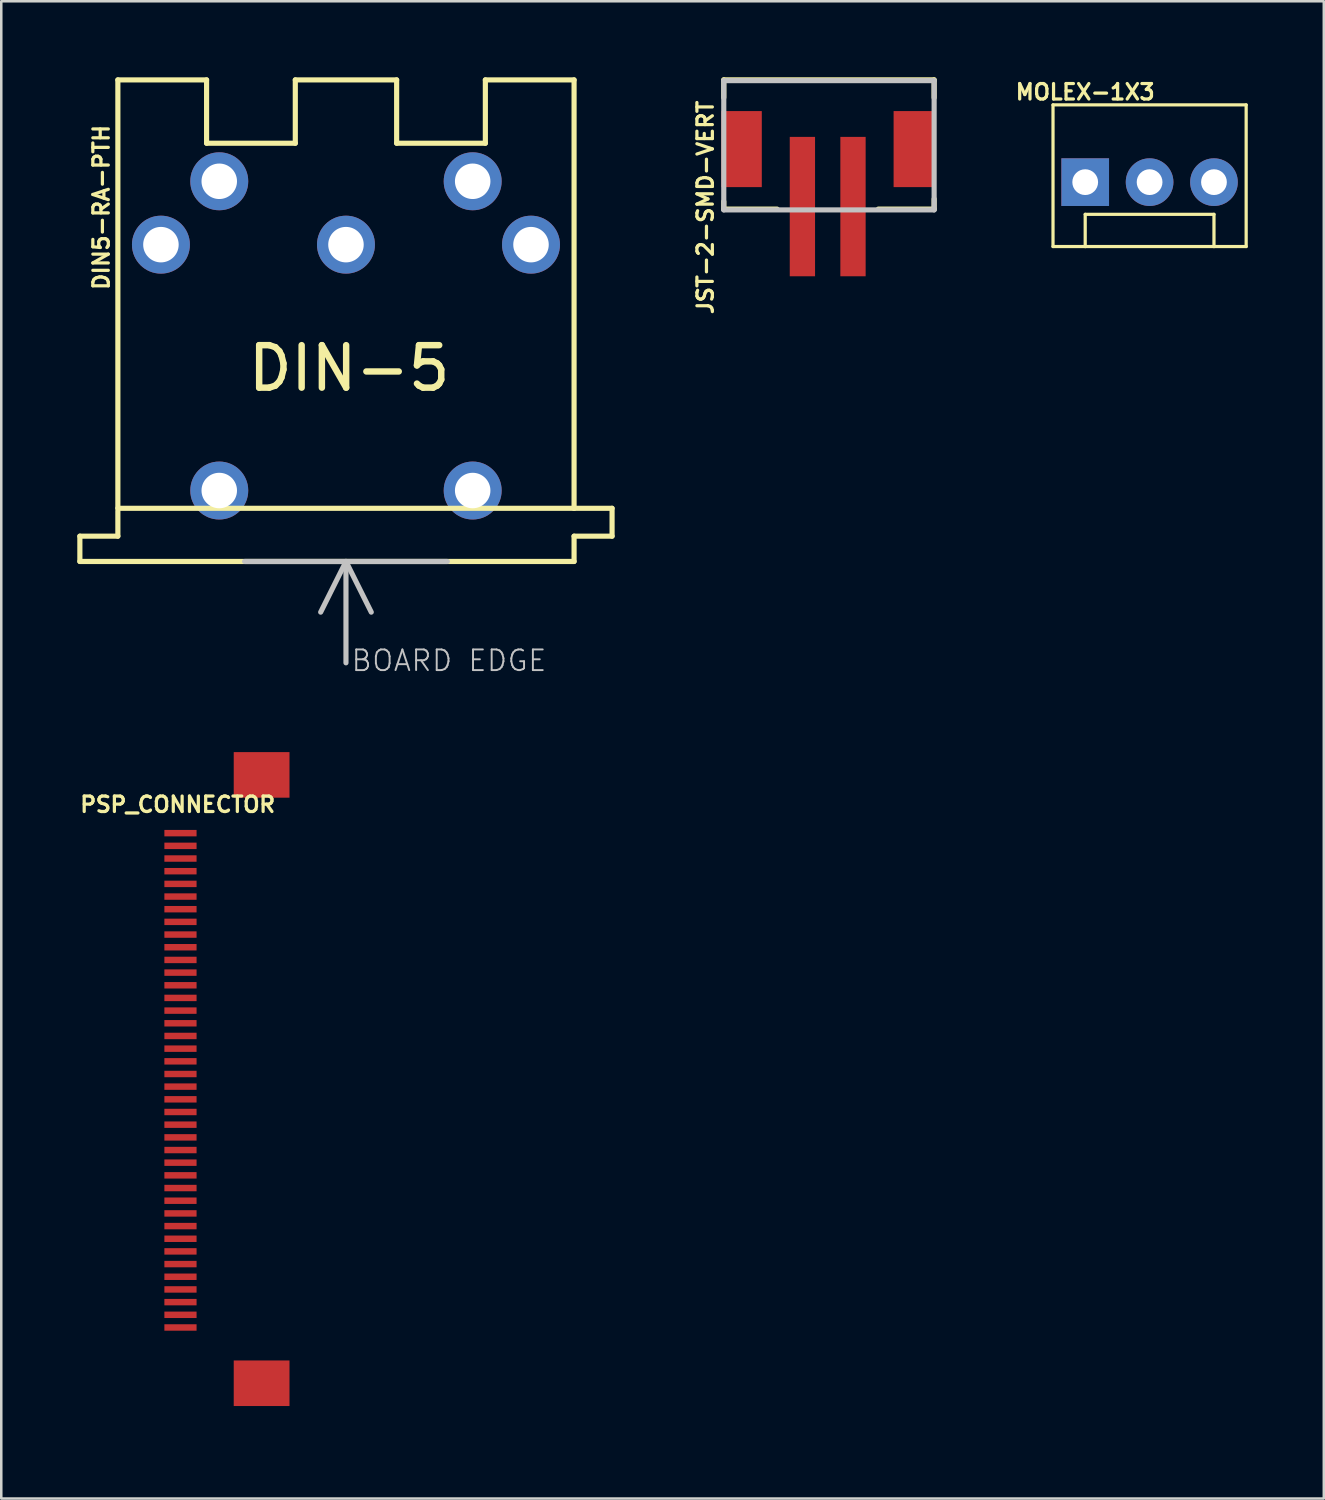
<source format=kicad_pcb>
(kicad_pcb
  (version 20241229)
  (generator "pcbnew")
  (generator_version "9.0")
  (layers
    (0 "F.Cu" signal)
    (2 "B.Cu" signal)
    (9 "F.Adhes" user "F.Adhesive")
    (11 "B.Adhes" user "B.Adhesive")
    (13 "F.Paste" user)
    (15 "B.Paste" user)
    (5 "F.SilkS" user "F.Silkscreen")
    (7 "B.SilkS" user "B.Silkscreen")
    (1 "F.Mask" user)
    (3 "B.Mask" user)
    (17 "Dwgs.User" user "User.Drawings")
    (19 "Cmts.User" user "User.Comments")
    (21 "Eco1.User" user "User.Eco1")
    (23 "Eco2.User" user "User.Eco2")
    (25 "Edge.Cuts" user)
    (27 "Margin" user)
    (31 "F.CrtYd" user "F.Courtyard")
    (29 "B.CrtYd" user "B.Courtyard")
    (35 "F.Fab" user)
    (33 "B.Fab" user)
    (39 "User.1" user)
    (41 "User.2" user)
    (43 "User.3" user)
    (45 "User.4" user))
  (footprint "PSP_CONNECTOR"
    (layer "F.Cu")
    (at 3.072 52.819)
    (property "Reference" "PSP_CONNECTOR" (at 0.889 -24.13 0) (layer "F.SilkS") (effects (font (size 0.61 0.61) (thickness 0.127))))
    (attr smd)
    (pad "." smd rect (at 4.399 -25.298 180) (size 0.001 0.001) (layers "F.Cu" "B.Mask"))
    (pad "AVDD" smd rect (at 0.998 -5.999 90) (size 0.254 1.27) (layers "F.Cu" "F.Mask" "F.Paste"))
    (pad "AVDD" smd rect (at 0.998 -5.499 270) (size 0.254 1.27) (layers "F.Cu" "F.Mask" "F.Paste"))
    (pad "B0" smd rect (at 0.998 -13 270) (size 0.254 1.27) (layers "F.Cu" "F.Mask" "F.Paste"))
    (pad "B1" smd rect (at 0.998 -12.499 270) (size 0.254 1.27) (layers "F.Cu" "F.Mask" "F.Paste"))
    (pad "B2" smd rect (at 0.998 -11.999 90) (size 0.254 1.27) (layers "F.Cu" "F.Mask" "F.Paste"))
    (pad "B3" smd rect (at 0.998 -11.499 270) (size 0.254 1.27) (layers "F.Cu" "F.Mask" "F.Paste"))
    (pad "B4" smd rect (at 0.998 -10.998 270) (size 0.254 1.27) (layers "F.Cu" "F.Mask" "F.Paste"))
    (pad "B5" smd rect (at 0.998 -10.498 270) (size 0.254 1.27) (layers "F.Cu" "F.Mask" "F.Paste"))
    (pad "B6" smd rect (at 0.998 -10 90) (size 0.254 1.27) (layers "F.Cu" "F.Mask" "F.Paste"))
    (pad "B7" smd rect (at 0.998 -9.5 270) (size 0.254 1.27) (layers "F.Cu" "F.Mask" "F.Paste"))
    (pad "CK" smd rect (at 0.998 -8.499 270) (size 0.254 1.27) (layers "F.Cu" "F.Mask" "F.Paste"))
    (pad "DISP" smd rect (at 0.998 -7.998 90) (size 0.254 1.27) (layers "F.Cu" "F.Mask" "F.Paste"))
    (pad "G0" smd rect (at 0.998 -16.998 270) (size 0.254 1.27) (layers "F.Cu" "F.Mask" "F.Paste"))
    (pad "G1" smd rect (at 0.998 -16.5 270) (size 0.254 1.27) (layers "F.Cu" "F.Mask" "F.Paste"))
    (pad "G2" smd rect (at 0.998 -15.999 90) (size 0.254 1.27) (layers "F.Cu" "F.Mask" "F.Paste"))
    (pad "G3" smd rect (at 0.998 -15.499 270) (size 0.254 1.27) (layers "F.Cu" "F.Mask" "F.Paste"))
    (pad "G4" smd rect (at 0.998 -14.999 270) (size 0.254 1.27) (layers "F.Cu" "F.Mask" "F.Paste"))
    (pad "G5" smd rect (at 0.998 -14.498 270) (size 0.254 1.27) (layers "F.Cu" "F.Mask" "F.Paste"))
    (pad "G6" smd rect (at 0.998 -13.998 90) (size 0.254 1.27) (layers "F.Cu" "F.Mask" "F.Paste"))
    (pad "G7" smd rect (at 0.998 -13.498 270) (size 0.254 1.27) (layers "F.Cu" "F.Mask" "F.Paste"))
    (pad "GND" smd rect (at 0.998 -23 270) (size 0.254 1.27) (layers "F.Cu" "F.Mask" "F.Paste"))
    (pad "GND2" smd rect (at 0.998 -22.499 270) (size 0.254 1.27) (layers "F.Cu" "F.Mask" "F.Paste"))
    (pad "GND3" smd rect (at 0.998 -8.999 270) (size 0.254 1.27) (layers "F.Cu" "F.Mask" "F.Paste"))
    (pad "GND4" smd rect (at 4.199 -25.298) (size 2.2 1.798) (layers "F.Cu" "F.Mask" "F.Paste"))
    (pad "GND5" smd rect (at 4.199 -1.298) (size 2.2 1.798) (layers "F.Cu" "F.Mask" "F.Paste"))
    (pad "HSYN" smd rect (at 0.998 -7.498 270) (size 0.254 1.27) (layers "F.Cu" "F.Mask" "F.Paste"))
    (pad "NC" smd rect (at 0.998 -6.5 270) (size 0.254 1.27) (layers "F.Cu" "F.Mask" "F.Paste"))
    (pad "NC2" smd rect (at 0.998 -4.999 270) (size 0.254 1.27) (layers "F.Cu" "F.Mask" "F.Paste"))
    (pad "R0" smd rect (at 0.998 -20.998 270) (size 0.254 1.27) (layers "F.Cu" "F.Mask" "F.Paste"))
    (pad "R1" smd rect (at 0.998 -20.498 270) (size 0.254 1.27) (layers "F.Cu" "F.Mask" "F.Paste"))
    (pad "R2" smd rect (at 0.998 -20 90) (size 0.254 1.27) (layers "F.Cu" "F.Mask" "F.Paste"))
    (pad "R3" smd rect (at 0.998 -19.5 270) (size 0.254 1.27) (layers "F.Cu" "F.Mask" "F.Paste"))
    (pad "R4" smd rect (at 0.998 -18.999 270) (size 0.254 1.27) (layers "F.Cu" "F.Mask" "F.Paste"))
    (pad "R5" smd rect (at 0.998 -18.499 270) (size 0.254 1.27) (layers "F.Cu" "F.Mask" "F.Paste"))
    (pad "R6" smd rect (at 0.998 -17.998 90) (size 0.254 1.27) (layers "F.Cu" "F.Mask" "F.Paste"))
    (pad "R7" smd rect (at 0.998 -17.498 270) (size 0.254 1.27) (layers "F.Cu" "F.Mask" "F.Paste"))
    (pad "TEST" smd rect (at 0.998 -4.498 270) (size 0.254 1.27) (layers "F.Cu" "F.Mask" "F.Paste"))
    (pad "TEST" smd rect (at 0.998 -3.998 90) (size 0.254 1.27) (layers "F.Cu" "F.Mask" "F.Paste"))
    (pad "TEST" smd rect (at 0.998 -3.498 270) (size 0.254 1.27) (layers "F.Cu" "F.Mask" "F.Paste"))
    (pad "VCC" smd rect (at 0.998 -21.999 90) (size 0.254 1.27) (layers "F.Cu" "F.Mask" "F.Paste"))
    (pad "VCC2" smd rect (at 0.998 -21.499 270) (size 0.254 1.27) (layers "F.Cu" "F.Mask" "F.Paste"))
    (pad "VSYN" smd rect (at 0.998 -6.998 270) (size 0.254 1.27) (layers "F.Cu" "F.Mask" "F.Paste")))
  (footprint "DIN5-RA-PTH"
    (layer "F.Cu")
    (at 10.599 19.101)
    (property "Reference" "DIN5-RA-PTH" (at -9.652 -13.97 90) (layer "F.SilkS") (effects (font (size 0.61 0.61) (thickness 0.127))))
    (attr exclude_from_pos_files exclude_from_bom)
    (fp_line (start -10.498 -0.998) (end -10.498 0) (stroke (width 0.203) (type solid)) (layer "F.SilkS"))
    (fp_line (start -10.498 0) (end 8.999 0) (stroke (width 0.203) (type solid)) (layer "F.SilkS"))
    (fp_line (start -8.999 -18.999) (end -8.999 -2.098) (stroke (width 0.203) (type solid)) (layer "F.SilkS"))
    (fp_line (start -8.999 -2.098) (end 8.999 -2.098) (stroke (width 0.203) (type solid)) (layer "F.SilkS"))
    (fp_line (start -8.999 -1.999) (end -8.999 -0.998) (stroke (width 0.203) (type solid)) (layer "F.SilkS"))
    (fp_line (start -8.999 -0.998) (end -10.498 -0.998) (stroke (width 0.203) (type solid)) (layer "F.SilkS"))
    (fp_line (start -5.499 -18.999) (end -8.999 -18.999) (stroke (width 0.203) (type solid)) (layer "F.SilkS"))
    (fp_line (start -5.499 -18.999) (end -5.499 -16.5) (stroke (width 0.203) (type solid)) (layer "F.SilkS"))
    (fp_line (start -1.999 -18.999) (end -1.999 -16.5) (stroke (width 0.203) (type solid)) (layer "F.SilkS"))
    (fp_line (start -1.999 -16.5) (end -5.499 -16.5) (stroke (width 0.203) (type solid)) (layer "F.SilkS"))
    (fp_line (start 1.999 -18.999) (end -1.999 -18.999) (stroke (width 0.203) (type solid)) (layer "F.SilkS"))
    (fp_line (start 1.999 -18.999) (end 1.999 -16.5) (stroke (width 0.203) (type solid)) (layer "F.SilkS"))
    (fp_line (start 5.499 -18.999) (end 5.499 -16.5) (stroke (width 0.203) (type solid)) (layer "F.SilkS"))
    (fp_line (start 5.499 -16.5) (end 1.999 -16.5) (stroke (width 0.203) (type solid)) (layer "F.SilkS"))
    (fp_line (start 8.999 -18.999) (end 5.499 -18.999) (stroke (width 0.203) (type solid)) (layer "F.SilkS"))
    (fp_line (start 8.999 -2.098) (end 8.999 -18.999) (stroke (width 0.203) (type solid)) (layer "F.SilkS"))
    (fp_line (start 8.999 -0.998) (end 10.498 -0.998) (stroke (width 0.203) (type solid)) (layer "F.SilkS"))
    (fp_line (start 8.999 0) (end 8.999 -0.998) (stroke (width 0.203) (type solid)) (layer "F.SilkS"))
    (fp_line (start 10.498 -2.098) (end 8.999 -2.098) (stroke (width 0.203) (type solid)) (layer "F.SilkS"))
    (fp_line (start 10.498 -0.998) (end 10.498 -2.098) (stroke (width 0.203) (type solid)) (layer "F.SilkS"))
    (fp_line (start -3.998 0) (end 0 0) (stroke (width 0.203) (type solid)) (layer "Dwgs.User"))
    (fp_line (start -0.998 1.999) (end 0 0) (stroke (width 0.203) (type solid)) (layer "Dwgs.User"))
    (fp_line (start 0 0) (end 3.998 0) (stroke (width 0.203) (type solid)) (layer "Dwgs.User"))
    (fp_line (start 0 3.998) (end 0 0) (stroke (width 0.203) (type solid)) (layer "Dwgs.User"))
    (fp_line (start 0.998 1.999) (end 0 0) (stroke (width 0.203) (type solid)) (layer "Dwgs.User"))
    (fp_text user "DIN-5" (at 0.127 -7.62 0) (layer "F.SilkS") (effects (font (size 1.676 1.676) (thickness 0.254))))
    (fp_text user "BOARD EDGE" (at 4.064 3.912 0) (layer "Dwgs.User") (effects (font (size 0.813 0.813) (thickness 0.076))))
    (pad "1" thru_hole circle (at 7.3 -12.499) (size 2.286 2.286) (drill 1.4) (layers "*.Cu" "*.Mask"))
    (pad "2" thru_hole circle (at 0 -12.499) (size 2.286 2.286) (drill 1.4) (layers "*.Cu" "*.Mask"))
    (pad "3" thru_hole circle (at -7.3 -12.499) (size 2.286 2.286) (drill 1.4) (layers "*.Cu" "*.Mask"))
    (pad "4" thru_hole circle (at 4.999 -14.999) (size 2.286 2.286) (drill 1.4) (layers "*.Cu" "*.Mask"))
    (pad "5" thru_hole circle (at -4.999 -14.999) (size 2.286 2.286) (drill 1.4) (layers "*.Cu" "*.Mask"))
    (pad "6" thru_hole circle (at -4.999 -2.799) (size 2.286 2.286) (drill 1.4) (layers "*.Cu" "*.Mask"))
    (pad "7" thru_hole circle (at 4.999 -2.799) (size 2.286 2.286) (drill 1.4) (layers "*.Cu" "*.Mask")))
  (footprint "MOLEX-1X3"
    (layer "F.Cu")
    (at 39.763 4.136)
    (property "Reference" "MOLEX-1X3" (at 0 -3.556 0) (layer "F.SilkS") (effects (font (size 0.61 0.61) (thickness 0.127))))
    (attr exclude_from_pos_files exclude_from_bom)
    (fp_line (start -1.27 -3.048) (end -1.27 2.54) (stroke (width 0.127) (type solid)) (layer "F.SilkS"))
    (fp_line (start 0 1.27) (end 5.08 1.27) (stroke (width 0.127) (type solid)) (layer "F.SilkS"))
    (fp_line (start 0 2.54) (end -1.27 2.54) (stroke (width 0.127) (type solid)) (layer "F.SilkS"))
    (fp_line (start 0 2.54) (end 0 1.27) (stroke (width 0.127) (type solid)) (layer "F.SilkS"))
    (fp_line (start 5.08 1.27) (end 5.08 2.54) (stroke (width 0.127) (type solid)) (layer "F.SilkS"))
    (fp_line (start 5.08 2.54) (end 0 2.54) (stroke (width 0.127) (type solid)) (layer "F.SilkS"))
    (fp_line (start 6.35 -3.048) (end -1.27 -3.048) (stroke (width 0.127) (type solid)) (layer "F.SilkS"))
    (fp_line (start 6.35 -3.048) (end 6.35 2.54) (stroke (width 0.127) (type solid)) (layer "F.SilkS"))
    (fp_line (start 6.35 2.54) (end 5.08 2.54) (stroke (width 0.127) (type solid)) (layer "F.SilkS"))
    (pad "1" thru_hole rect (at 0 0) (size 1.88 1.88) (drill 1.016) (layers "*.Cu" "*.Mask"))
    (pad "2" thru_hole circle (at 2.54 0) (size 1.88 1.88) (drill 1.016) (layers "*.Cu" "*.Mask"))
    (pad "3" thru_hole circle (at 5.08 0) (size 1.88 1.88) (drill 1.016) (layers "*.Cu" "*.Mask")))
  (footprint "JST-2-SMD-VERT"
    (layer "F.Cu")
    (at 29.604 3.101)
    (property "Reference" "JST-2-SMD-VERT" (at -4.826 2.032 90) (layer "F.SilkS") (effects (font (size 0.61 0.61) (thickness 0.127))))
    (attr smd)
    (fp_line (start -4.1 -3) (end -4.1 -2.299) (stroke (width 0.203) (type solid)) (layer "F.SilkS"))
    (fp_line (start -4.1 -3) (end 4.199 -3) (stroke (width 0.203) (type solid)) (layer "F.SilkS"))
    (fp_line (start -4.1 2.098) (end -4.1 1.798) (stroke (width 0.203) (type solid)) (layer "F.SilkS"))
    (fp_line (start -1.999 2.098) (end -4.1 2.098) (stroke (width 0.203) (type solid)) (layer "F.SilkS"))
    (fp_line (start 1.999 2.098) (end 4.199 2.098) (stroke (width 0.203) (type solid)) (layer "F.SilkS"))
    (fp_line (start 4.199 -3) (end 4.199 -2.299) (stroke (width 0.203) (type solid)) (layer "F.SilkS"))
    (fp_line (start 4.199 2.098) (end 4.199 1.699) (stroke (width 0.203) (type solid)) (layer "F.SilkS"))
    (fp_line (start -4.1 -2.969) (end 4.199 -2.969) (stroke (width 0.203) (type solid)) (layer "Dwgs.User"))
    (fp_line (start -4.1 2.129) (end -4.1 -2.969) (stroke (width 0.203) (type solid)) (layer "Dwgs.User"))
    (fp_line (start 4.199 -2.969) (end 4.199 2.129) (stroke (width 0.203) (type solid)) (layer "Dwgs.User"))
    (fp_line (start 4.199 2.129) (end -4.1 2.129) (stroke (width 0.203) (type solid)) (layer "Dwgs.User"))
    (pad "GND" smd rect (at 0.998 1.999) (size 0.998 5.499) (layers "F.Cu" "F.Mask" "F.Paste"))
    (pad "P$1" smd rect (at -3.399 -0.269 90) (size 3 1.598) (layers "F.Cu" "F.Mask" "F.Paste"))
    (pad "P$2" smd rect (at 3.399 -0.269 90) (size 3 1.598) (layers "F.Cu" "F.Mask" "F.Paste"))
    (pad "VCC" smd rect (at -0.998 1.999) (size 0.998 5.499) (layers "F.Cu" "F.Mask" "F.Paste")))
  (gr_rect
    (start -3 -3)
    (end 49.176 56.069)
    (stroke (width 0.1) (type default))
    (fill no)
    (layer "Edge.Cuts")))
</source>
